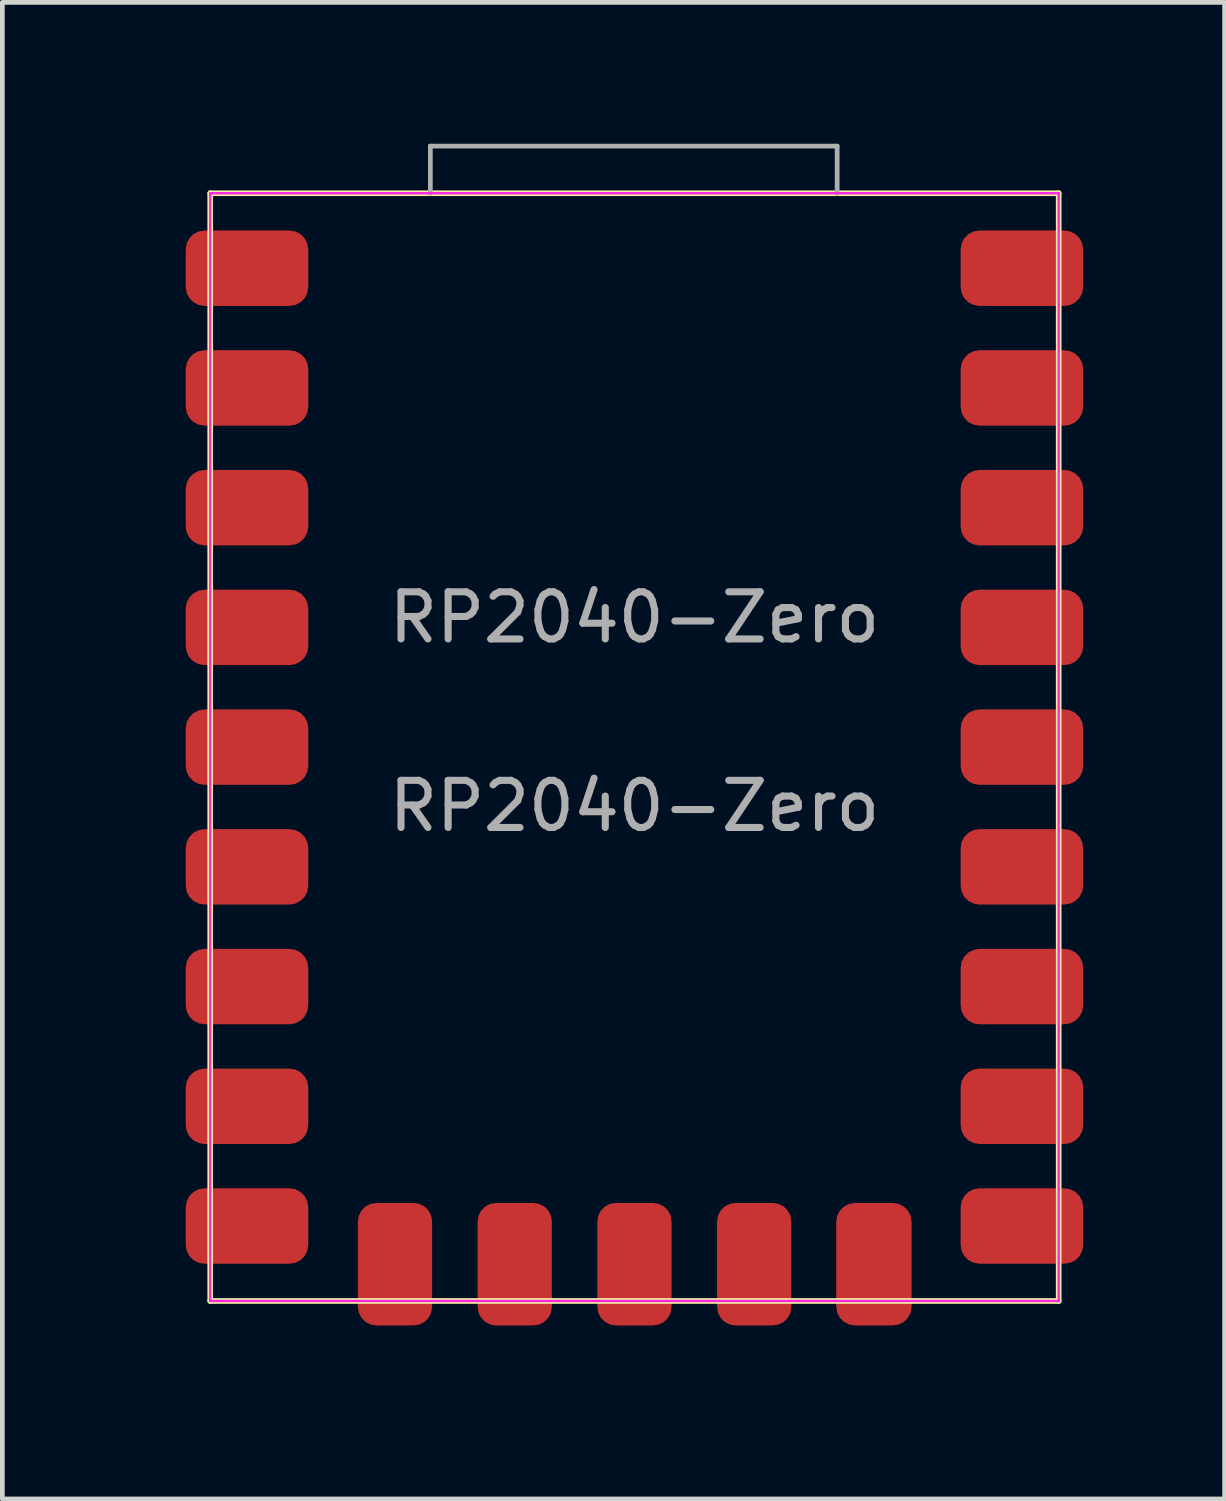
<source format=kicad_pcb>
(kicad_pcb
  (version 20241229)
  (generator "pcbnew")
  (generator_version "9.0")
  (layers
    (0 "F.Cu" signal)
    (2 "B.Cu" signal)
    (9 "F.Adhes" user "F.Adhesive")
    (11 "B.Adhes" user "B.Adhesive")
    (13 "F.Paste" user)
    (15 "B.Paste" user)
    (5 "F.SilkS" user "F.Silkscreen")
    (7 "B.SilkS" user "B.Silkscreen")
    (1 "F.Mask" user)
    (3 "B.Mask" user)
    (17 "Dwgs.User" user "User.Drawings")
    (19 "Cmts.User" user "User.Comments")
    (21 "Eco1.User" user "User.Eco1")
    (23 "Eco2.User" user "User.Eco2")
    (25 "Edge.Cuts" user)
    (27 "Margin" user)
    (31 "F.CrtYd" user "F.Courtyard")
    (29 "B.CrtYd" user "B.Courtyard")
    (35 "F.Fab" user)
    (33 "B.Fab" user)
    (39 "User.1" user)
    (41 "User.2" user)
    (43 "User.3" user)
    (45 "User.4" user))
  (footprint "RP2040-Zero"
    (layer "F.Cu")
    (at 0.25 25.5)
    (property "Reference" "RP2040-Zero" (at 10.16 -15.45 0) (unlocked yes) (layer "F.Fab") (effects (font (size 1 1) (thickness 0.15))))
    (attr through_hole)
    (fp_line (start 1.16 -24.45) (end 1.16 -0.95) (stroke (width 0.12) (type solid)) (layer "F.SilkS"))
    (fp_line (start 1.16 -0.95) (end 19.16 -0.95) (stroke (width 0.12) (type solid)) (layer "F.SilkS"))
    (fp_line (start 19.16 -24.45) (end 1.16 -24.45) (stroke (width 0.12) (type solid)) (layer "F.SilkS"))
    (fp_line (start 19.16 -0.95) (end 19.16 -24.45) (stroke (width 0.12) (type solid)) (layer "F.SilkS"))
    (fp_line (start 1.16 -24.45) (end 19.16 -24.45) (stroke (width 0.05) (type solid)) (layer "F.CrtYd"))
    (fp_line (start 1.16 -0.95) (end 1.16 -24.45) (stroke (width 0.05) (type solid)) (layer "F.CrtYd"))
    (fp_line (start 19.16 -24.45) (end 19.16 -0.95) (stroke (width 0.05) (type solid)) (layer "F.CrtYd"))
    (fp_line (start 19.16 -0.95) (end 1.16 -0.95) (stroke (width 0.05) (type solid)) (layer "F.CrtYd"))
    (fp_line (start 5.83 -25.45) (end 5.83 -24.45) (stroke (width 0.1) (type solid)) (layer "F.Fab"))
    (fp_line (start 5.83 -25.45) (end 14.46 -25.45) (stroke (width 0.1) (type solid)) (layer "F.Fab"))
    (fp_line (start 14.46 -25.45) (end 14.46 -24.45) (stroke (width 0.1) (type solid)) (layer "F.Fab"))
    (fp_text user "${REFERENCE}" (at 10.16 -11.45 0) (unlocked yes) (layer "F.Fab") (effects (font (size 1 1) (thickness 0.15))))
    (pad "1" smd roundrect (at 17.78 -22.86) (size 2.6 1.6) (drill (offset 0.6 0)) (layers "F.Cu" "F.Mask" "F.Paste") (roundrect_rratio 0.25))
    (pad "2" smd roundrect (at 17.78 -20.32) (size 2.6 1.6) (drill (offset 0.6 0)) (layers "F.Cu" "F.Mask" "F.Paste") (roundrect_rratio 0.25))
    (pad "3" smd roundrect (at 17.78 -17.78) (size 2.6 1.6) (drill (offset 0.6 0)) (layers "F.Cu" "F.Mask" "F.Paste") (roundrect_rratio 0.25))
    (pad "4" smd roundrect (at 17.78 -15.24) (size 2.6 1.6) (drill (offset 0.6 0)) (layers "F.Cu" "F.Mask" "F.Paste") (roundrect_rratio 0.25))
    (pad "5" smd roundrect (at 17.78 -12.7) (size 2.6 1.6) (drill (offset 0.6 0)) (layers "F.Cu" "F.Mask" "F.Paste") (roundrect_rratio 0.25))
    (pad "6" smd roundrect (at 17.78 -10.16) (size 2.6 1.6) (drill (offset 0.6 0)) (layers "F.Cu" "F.Mask" "F.Paste") (roundrect_rratio 0.25))
    (pad "7" smd roundrect (at 17.78 -7.62) (size 2.6 1.6) (drill (offset 0.6 0)) (layers "F.Cu" "F.Mask" "F.Paste") (roundrect_rratio 0.25))
    (pad "8" smd roundrect (at 17.78 -5.08) (size 2.6 1.6) (drill (offset 0.6 0)) (layers "F.Cu" "F.Mask" "F.Paste") (roundrect_rratio 0.25))
    (pad "9" smd roundrect (at 17.78 -2.54) (size 2.6 1.6) (drill (offset 0.6 0)) (layers "F.Cu" "F.Mask" "F.Paste") (roundrect_rratio 0.25))
    (pad "10" smd roundrect (at 15.24 -2.33) (size 1.6 2.6) (drill (offset 0 0.6)) (layers "F.Cu" "F.Mask" "F.Paste") (roundrect_rratio 0.25))
    (pad "11" smd roundrect (at 12.7 -2.33) (size 1.575 2.6) (drill (offset 0 0.6)) (layers "F.Cu" "F.Mask" "F.Paste") (roundrect_rratio 0.25))
    (pad "12" smd roundrect (at 10.16 -2.33) (size 1.575 2.6) (drill (offset 0 0.6)) (layers "F.Cu" "F.Mask" "F.Paste") (roundrect_rratio 0.25))
    (pad "13" smd roundrect (at 7.62 -2.33) (size 1.575 2.6) (drill (offset 0 0.6)) (layers "F.Cu" "F.Mask" "F.Paste") (roundrect_rratio 0.25))
    (pad "14" smd roundrect (at 5.08 -2.33) (size 1.575 2.6) (drill (offset 0 0.6)) (layers "F.Cu" "F.Mask" "F.Paste") (roundrect_rratio 0.25))
    (pad "15" smd roundrect (at 2.54 -2.54) (size 2.6 1.6) (drill (offset -0.6 0)) (layers "F.Cu" "F.Mask" "F.Paste") (roundrect_rratio 0.25))
    (pad "16" smd roundrect (at 2.54 -5.08) (size 2.6 1.6) (drill (offset -0.6 0)) (layers "F.Cu" "F.Mask" "F.Paste") (roundrect_rratio 0.25))
    (pad "17" smd roundrect (at 2.54 -7.62) (size 2.6 1.6) (drill (offset -0.6 0)) (layers "F.Cu" "F.Mask" "F.Paste") (roundrect_rratio 0.25))
    (pad "18" smd roundrect (at 2.54 -10.16) (size 2.6 1.6) (drill (offset -0.6 0)) (layers "F.Cu" "F.Mask" "F.Paste") (roundrect_rratio 0.25))
    (pad "19" smd roundrect (at 2.54 -12.7) (size 2.6 1.6) (drill (offset -0.6 0)) (layers "F.Cu" "F.Mask" "F.Paste") (roundrect_rratio 0.25))
    (pad "20" smd roundrect (at 2.54 -15.24) (size 2.6 1.6) (drill (offset -0.6 0)) (layers "F.Cu" "F.Mask" "F.Paste") (roundrect_rratio 0.25))
    (pad "21" smd roundrect (at 2.54 -17.78) (size 2.6 1.6) (drill (offset -0.6 0)) (layers "F.Cu" "F.Mask" "F.Paste") (roundrect_rratio 0.25))
    (pad "22" smd roundrect (at 2.54 -20.32) (size 2.6 1.6) (drill (offset -0.6 0)) (layers "F.Cu" "F.Mask" "F.Paste") (roundrect_rratio 0.25))
    (pad "23" smd roundrect (at 2.54 -22.86) (size 2.6 1.6) (drill (offset -0.6 0)) (layers "F.Cu" "F.Mask" "F.Paste") (roundrect_rratio 0.25)))
  (gr_rect
    (start -3 -3)
    (end 22.93 28.75)
    (stroke (width 0.1) (type default))
    (fill no)
    (layer "Edge.Cuts")))
</source>
